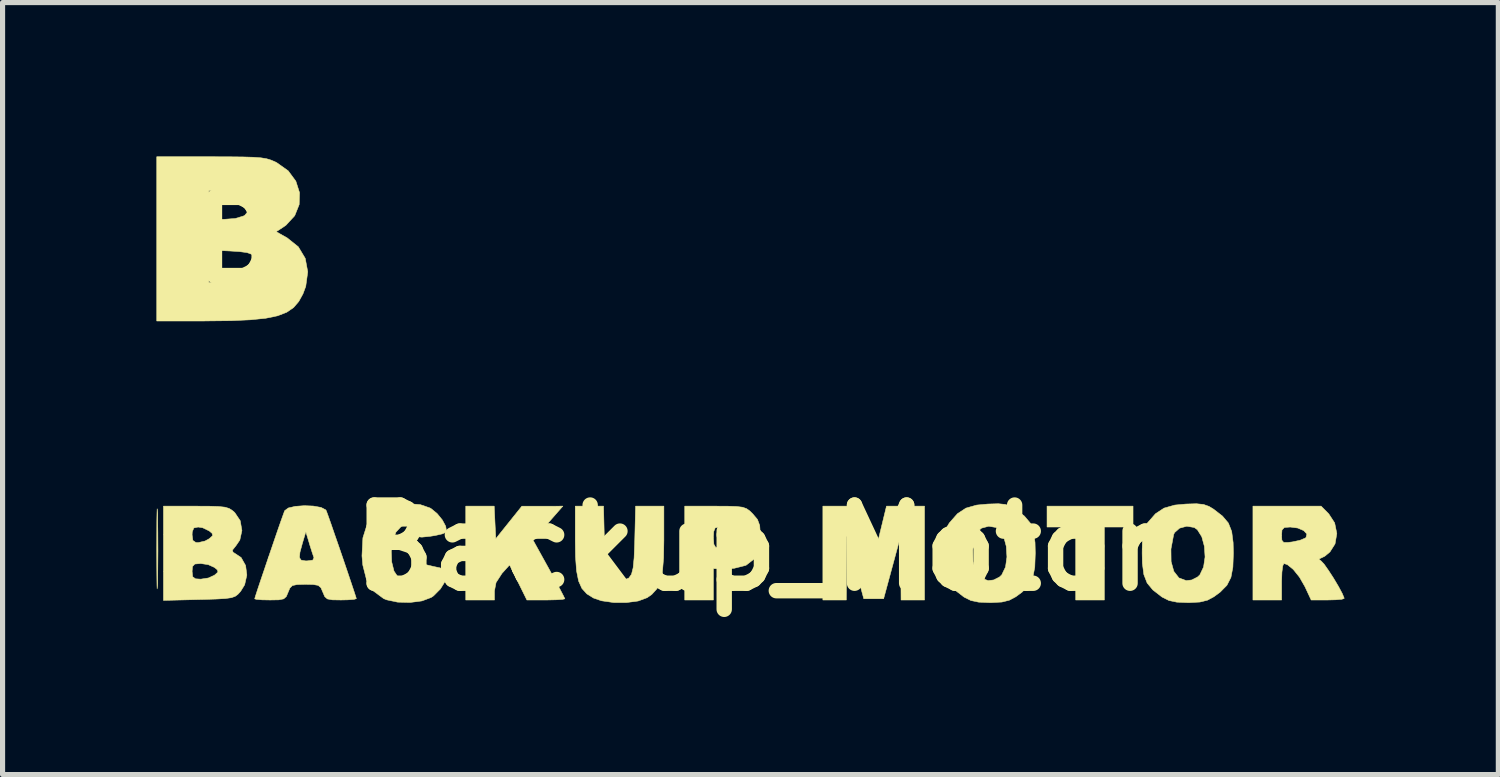
<source format=kicad_pcb>
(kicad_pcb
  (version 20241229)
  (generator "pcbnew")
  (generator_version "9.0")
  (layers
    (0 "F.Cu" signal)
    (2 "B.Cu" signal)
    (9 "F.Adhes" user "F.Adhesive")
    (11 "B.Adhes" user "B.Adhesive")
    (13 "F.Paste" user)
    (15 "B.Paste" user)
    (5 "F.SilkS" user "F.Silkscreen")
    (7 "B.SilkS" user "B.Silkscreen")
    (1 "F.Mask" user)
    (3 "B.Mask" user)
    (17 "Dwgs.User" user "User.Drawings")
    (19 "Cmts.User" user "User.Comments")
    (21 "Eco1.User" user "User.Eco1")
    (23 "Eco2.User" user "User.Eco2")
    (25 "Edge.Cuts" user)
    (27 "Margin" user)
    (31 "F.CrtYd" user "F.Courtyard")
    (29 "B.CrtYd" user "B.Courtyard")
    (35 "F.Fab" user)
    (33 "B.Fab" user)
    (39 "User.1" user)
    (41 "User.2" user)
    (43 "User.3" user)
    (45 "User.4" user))
  (footprint "Backup_Motor"
    (layer "F.Cu")
    (at 11.718 7.628)
    (property "Reference" "Backup_Motor" (at 0 0 0) (layer "F.SilkS") (effects (font (size 1.524 1.524) (thickness 0.3))))
    (attr through_hole)
    (fp_poly (pts (xy 7.315 -0.406) (xy 6.756 -0.406) (xy 6.756 1.016) (xy 6.198 1.016) (xy 6.198 -0.406) (xy 5.639 -0.406) (xy 5.639 -0.813) (xy 7.315 -0.813) (xy 7.315 -0.406)) (stroke (width 0.01) (type solid)) (fill yes) (layer "F.SilkS"))
    (fp_poly (pts (xy 2.136 -0.295) (xy 2.258 0.223) (xy 2.384 -0.295) (xy 2.51 -0.813) (xy 3.251 -0.813) (xy 3.251 1.016) (xy 2.794 1.016) (xy 2.79 0.394) (xy 2.785 -0.229) (xy 2.454 0.991) (xy 2.067 0.991) (xy 1.736 -0.229) (xy 1.727 1.016) (xy 1.27 1.016) (xy 1.27 -0.813) (xy 2.014 -0.813) (xy 2.136 -0.295)) (stroke (width 0.01) (type solid)) (fill yes) (layer "F.SilkS"))
    (fp_poly (pts (xy -11.701 -0.75) (xy -11.697 -0.644) (xy -11.697 -0.625) (xy -11.692 -0.307) (xy -11.69 0.061) (xy -11.693 0.423) (xy -11.697 0.645) (xy -11.701 0.77) (xy -11.705 0.799) (xy -11.708 0.738) (xy -11.71 0.593) (xy -11.712 0.368) (xy -11.713 0.07) (xy -11.713 0.025) (xy -11.712 -0.284) (xy -11.711 -0.522) (xy -11.708 -0.683) (xy -11.705 -0.761) (xy -11.701 -0.75)) (stroke (width 0.01) (type solid)) (fill yes) (layer "F.SilkS"))
    (fp_poly (pts (xy -5.121 -0.495) (xy -5.105 -0.178) (xy -4.851 -0.495) (xy -4.597 -0.812) (xy -4.197 -0.812) (xy -3.798 -0.813) (xy -4.088 -0.482) (xy -4.379 -0.151) (xy -4.069 0.409) (xy -3.952 0.623) (xy -3.855 0.803) (xy -3.788 0.932) (xy -3.759 0.991) (xy -3.759 0.993) (xy -3.806 1.004) (xy -3.929 1.012) (xy -4.103 1.016) (xy -4.129 1.016) (xy -4.499 1.016) (xy -4.836 0.333) (xy -4.984 0.497) (xy -5.1 0.676) (xy -5.131 0.839) (xy -5.131 1.016) (xy -5.69 1.016) (xy -5.69 -0.813) (xy -5.136 -0.813) (xy -5.121 -0.495)) (stroke (width 0.01) (type solid)) (fill yes) (layer "F.SilkS"))
    (fp_poly (pts (xy -0.582 -0.812) (xy -0.409 -0.806) (xy -0.295 -0.792) (xy -0.217 -0.764) (xy -0.154 -0.719) (xy -0.098 -0.664) (xy -0.005 -0.554) (xy 0.039 -0.437) (xy 0.051 -0.268) (xy 0.051 -0.255) (xy 0.022 0.019) (xy -0.069 0.216) (xy -0.229 0.34) (xy -0.463 0.399) (xy -0.612 0.406) (xy -0.864 0.406) (xy -0.864 1.016) (xy -1.422 1.016) (xy -1.422 -0.203) (xy -0.864 -0.203) (xy -0.855 -0.07) (xy -0.82 -0.011) (xy -0.766 0) (xy -0.651 -0.035) (xy -0.588 -0.08) (xy -0.524 -0.161) (xy -0.508 -0.203) (xy -0.55 -0.288) (xy -0.646 -0.366) (xy -0.754 -0.406) (xy -0.766 -0.406) (xy -0.83 -0.388) (xy -0.858 -0.316) (xy -0.864 -0.203) (xy -1.422 -0.203) (xy -1.422 -0.813) (xy -0.834 -0.813) (xy -0.582 -0.812)) (stroke (width 0.01) (type solid)) (fill yes) (layer "F.SilkS"))
    (fp_poly (pts (xy -2.989 -0.155) (xy -2.978 0.143) (xy -2.962 0.355) (xy -2.933 0.494) (xy -2.886 0.576) (xy -2.816 0.615) (xy -2.717 0.626) (xy -2.692 0.627) (xy -2.587 0.619) (xy -2.511 0.587) (xy -2.46 0.515) (xy -2.428 0.389) (xy -2.409 0.194) (xy -2.398 -0.085) (xy -2.396 -0.155) (xy -2.38 -0.813) (xy -1.829 -0.813) (xy -1.829 -0.147) (xy -1.835 0.2) (xy -1.857 0.463) (xy -1.9 0.658) (xy -1.967 0.8) (xy -2.065 0.908) (xy -2.155 0.971) (xy -2.328 1.035) (xy -2.559 1.066) (xy -2.811 1.065) (xy -3.046 1.031) (xy -3.2 0.978) (xy -3.331 0.896) (xy -3.426 0.791) (xy -3.491 0.647) (xy -3.531 0.447) (xy -3.551 0.175) (xy -3.556 -0.14) (xy -3.556 -0.813) (xy -3.281 -0.813) (xy -3.005 -0.813) (xy -2.989 -0.155)) (stroke (width 0.01) (type solid)) (fill yes) (layer "F.SilkS"))
    (fp_poly (pts (xy 11.129 -0.664) (xy 11.245 -0.486) (xy 11.287 -0.279) (xy 11.252 -0.077) (xy 11.153 0.079) (xy 11.051 0.164) (xy 10.968 0.204) (xy 10.962 0.205) (xy 10.938 0.223) (xy 10.981 0.256) (xy 11.038 0.316) (xy 11.124 0.438) (xy 11.224 0.592) (xy 11.319 0.752) (xy 11.393 0.89) (xy 11.429 0.977) (xy 11.43 0.986) (xy 11.384 1.002) (xy 11.263 1.012) (xy 11.108 1.016) (xy 10.787 1.016) (xy 10.666 0.757) (xy 10.56 0.572) (xy 10.439 0.421) (xy 10.322 0.326) (xy 10.255 0.305) (xy 10.233 0.351) (xy 10.217 0.474) (xy 10.211 0.646) (xy 10.211 0.66) (xy 10.211 1.016) (xy 9.652 1.016) (xy 9.652 -0.247) (xy 10.211 -0.247) (xy 10.216 -0.148) (xy 10.251 -0.107) (xy 10.345 -0.107) (xy 10.42 -0.116) (xy 10.566 -0.147) (xy 10.671 -0.19) (xy 10.687 -0.203) (xy 10.703 -0.271) (xy 10.641 -0.337) (xy 10.524 -0.387) (xy 10.379 -0.406) (xy 10.264 -0.397) (xy 10.218 -0.348) (xy 10.211 -0.247) (xy 9.652 -0.247) (xy 9.652 -0.813) (xy 10.981 -0.813) (xy 11.129 -0.664)) (stroke (width 0.01) (type solid)) (fill yes) (layer "F.SilkS"))
    (fp_poly (pts (xy -6.578 -0.843) (xy -6.389 -0.778) (xy -6.365 -0.764) (xy -6.248 -0.668) (xy -6.147 -0.544) (xy -6.081 -0.421) (xy -6.066 -0.326) (xy -6.079 -0.302) (xy -6.15 -0.272) (xy -6.287 -0.241) (xy -6.388 -0.225) (xy -6.545 -0.209) (xy -6.626 -0.217) (xy -6.654 -0.253) (xy -6.655 -0.271) (xy -6.698 -0.367) (xy -6.8 -0.423) (xy -6.923 -0.422) (xy -6.958 -0.407) (xy -7.052 -0.305) (xy -7.114 -0.137) (xy -7.142 0.066) (xy -7.134 0.273) (xy -7.089 0.453) (xy -7.007 0.575) (xy -6.997 0.583) (xy -6.868 0.623) (xy -6.748 0.571) (xy -6.656 0.435) (xy -6.652 0.423) (xy -6.598 0.332) (xy -6.512 0.318) (xy -6.47 0.327) (xy -6.315 0.364) (xy -6.192 0.39) (xy -6.087 0.432) (xy -6.045 0.491) (xy -6.084 0.639) (xy -6.184 0.8) (xy -6.319 0.936) (xy -6.365 0.967) (xy -6.543 1.034) (xy -6.775 1.064) (xy -7.018 1.058) (xy -7.231 1.013) (xy -7.29 0.989) (xy -7.489 0.842) (xy -7.623 0.626) (xy -7.697 0.335) (xy -7.713 0.156) (xy -7.695 -0.195) (xy -7.608 -0.472) (xy -7.452 -0.675) (xy -7.226 -0.804) (xy -6.929 -0.861) (xy -6.833 -0.863) (xy -6.578 -0.843)) (stroke (width 0.01) (type solid)) (fill yes) (layer "F.SilkS"))
    (fp_poly (pts (xy 4.828 -0.846) (xy 4.935 -0.808) (xy 5.025 -0.754) (xy 5.198 -0.619) (xy 5.312 -0.484) (xy 5.377 -0.32) (xy 5.405 -0.102) (xy 5.41 0.102) (xy 5.4 0.376) (xy 5.362 0.576) (xy 5.284 0.729) (xy 5.155 0.86) (xy 5.03 0.953) (xy 4.904 1.02) (xy 4.758 1.056) (xy 4.553 1.067) (xy 4.521 1.067) (xy 4.306 1.058) (xy 4.155 1.026) (xy 4.028 0.963) (xy 4.013 0.953) (xy 3.841 0.82) (xy 3.729 0.685) (xy 3.665 0.52) (xy 3.637 0.3) (xy 3.632 0.102) (xy 3.634 0.023) (xy 4.193 0.023) (xy 4.196 0.266) (xy 4.249 0.458) (xy 4.349 0.586) (xy 4.49 0.638) (xy 4.597 0.626) (xy 4.711 0.569) (xy 4.756 0.527) (xy 4.83 0.373) (xy 4.858 0.178) (xy 4.845 -0.029) (xy 4.794 -0.217) (xy 4.708 -0.354) (xy 4.648 -0.397) (xy 4.503 -0.422) (xy 4.361 -0.384) (xy 4.263 -0.297) (xy 4.247 -0.259) (xy 4.193 0.023) (xy 3.634 0.023) (xy 3.636 -0.13) (xy 3.651 -0.287) (xy 3.682 -0.396) (xy 3.734 -0.484) (xy 3.737 -0.488) (xy 3.892 -0.665) (xy 4.059 -0.775) (xy 4.268 -0.834) (xy 4.486 -0.854) (xy 4.69 -0.86) (xy 4.828 -0.846)) (stroke (width 0.01) (type solid)) (fill yes) (layer "F.SilkS"))
    (fp_poly (pts (xy 8.689 -0.846) (xy 8.796 -0.808) (xy 8.885 -0.754) (xy 9.059 -0.619) (xy 9.173 -0.484) (xy 9.238 -0.32) (xy 9.266 -0.102) (xy 9.271 0.102) (xy 9.261 0.376) (xy 9.223 0.576) (xy 9.145 0.729) (xy 9.016 0.86) (xy 8.891 0.953) (xy 8.765 1.02) (xy 8.618 1.056) (xy 8.413 1.067) (xy 8.382 1.067) (xy 8.167 1.058) (xy 8.015 1.026) (xy 7.889 0.963) (xy 7.873 0.953) (xy 7.702 0.82) (xy 7.59 0.685) (xy 7.526 0.52) (xy 7.497 0.3) (xy 7.493 0.102) (xy 7.494 0.023) (xy 8.054 0.023) (xy 8.057 0.266) (xy 8.11 0.458) (xy 8.21 0.586) (xy 8.351 0.638) (xy 8.458 0.626) (xy 8.571 0.569) (xy 8.617 0.527) (xy 8.69 0.373) (xy 8.719 0.178) (xy 8.706 -0.029) (xy 8.655 -0.217) (xy 8.569 -0.354) (xy 8.509 -0.397) (xy 8.364 -0.422) (xy 8.222 -0.384) (xy 8.124 -0.297) (xy 8.107 -0.259) (xy 8.054 0.023) (xy 7.494 0.023) (xy 7.497 -0.13) (xy 7.512 -0.287) (xy 7.543 -0.396) (xy 7.595 -0.484) (xy 7.598 -0.488) (xy 7.753 -0.665) (xy 7.92 -0.775) (xy 8.129 -0.834) (xy 8.346 -0.854) (xy 8.551 -0.86) (xy 8.689 -0.846)) (stroke (width 0.01) (type solid)) (fill yes) (layer "F.SilkS"))
    (fp_poly (pts (xy -10.691 -0.812) (xy -10.507 -0.806) (xy -10.385 -0.793) (xy -10.302 -0.768) (xy -10.239 -0.728) (xy -10.193 -0.688) (xy -10.086 -0.529) (xy -10.053 -0.338) (xy -10.094 -0.152) (xy -10.17 -0.041) (xy -10.238 0.044) (xy -10.225 0.088) (xy -10.214 0.092) (xy -10.069 0.188) (xy -9.981 0.344) (xy -9.957 0.53) (xy -10 0.72) (xy -10.079 0.848) (xy -10.131 0.905) (xy -10.185 0.945) (xy -10.259 0.971) (xy -10.372 0.987) (xy -10.543 0.997) (xy -10.791 1.005) (xy -10.892 1.007) (xy -11.582 1.024) (xy -11.582 0.457) (xy -11.024 0.457) (xy -11.013 0.562) (xy -10.959 0.603) (xy -10.856 0.61) (xy -10.706 0.587) (xy -10.589 0.533) (xy -10.52 0.472) (xy -10.533 0.427) (xy -10.589 0.381) (xy -10.709 0.327) (xy -10.856 0.305) (xy -10.971 0.315) (xy -11.016 0.363) (xy -11.024 0.457) (xy -11.582 0.457) (xy -11.582 -0.254) (xy -11.024 -0.254) (xy -11.009 -0.144) (xy -10.951 -0.105) (xy -10.906 -0.102) (xy -10.772 -0.133) (xy -10.69 -0.178) (xy -10.622 -0.239) (xy -10.635 -0.284) (xy -10.69 -0.33) (xy -10.818 -0.392) (xy -10.906 -0.406) (xy -10.991 -0.388) (xy -11.021 -0.312) (xy -11.024 -0.254) (xy -11.582 -0.254) (xy -11.582 -0.813) (xy -10.955 -0.813) (xy -10.691 -0.812)) (stroke (width 0.01) (type solid)) (fill yes) (layer "F.SilkS"))
    (fp_poly (pts (xy -8.662 -0.815) (xy -8.511 -0.788) (xy -8.42 -0.741) (xy -8.409 -0.724) (xy -8.373 -0.626) (xy -8.315 -0.462) (xy -8.242 -0.25) (xy -8.158 -0.009) (xy -8.072 0.242) (xy -7.99 0.484) (xy -7.918 0.698) (xy -7.862 0.866) (xy -7.829 0.968) (xy -7.823 0.99) (xy -7.869 1.004) (xy -7.989 1.013) (xy -8.123 1.016) (xy -8.292 1.013) (xy -8.388 0.995) (xy -8.439 0.95) (xy -8.475 0.865) (xy -8.476 0.864) (xy -8.513 0.777) (xy -8.567 0.731) (xy -8.666 0.714) (xy -8.814 0.711) (xy -8.978 0.715) (xy -9.07 0.735) (xy -9.119 0.785) (xy -9.152 0.864) (xy -9.188 0.949) (xy -9.239 0.994) (xy -9.334 1.013) (xy -9.501 1.016) (xy -9.505 1.016) (xy -9.664 1.013) (xy -9.773 1.003) (xy -9.804 0.993) (xy -9.789 0.941) (xy -9.747 0.811) (xy -9.684 0.623) (xy -9.607 0.396) (xy -9.538 0.191) (xy -8.932 0.191) (xy -8.897 0.24) (xy -8.813 0.254) (xy -8.783 0.254) (xy -8.673 0.24) (xy -8.649 0.195) (xy -8.652 0.183) (xy -8.683 0.092) (xy -8.728 -0.05) (xy -8.743 -0.101) (xy -8.807 -0.314) (xy -8.873 -0.094) (xy -8.922 0.086) (xy -8.932 0.191) (xy -9.538 0.191) (xy -9.523 0.148) (xy -9.438 -0.101) (xy -9.359 -0.332) (xy -9.291 -0.527) (xy -9.241 -0.666) (xy -9.22 -0.724) (xy -9.15 -0.777) (xy -9.013 -0.809) (xy -8.839 -0.822) (xy -8.662 -0.815)) (stroke (width 0.01) (type solid)) (fill yes) (layer "F.SilkS")))
  (footprint "B"
    (layer "F.Cu")
    (at 1.529 1.631)
    (property "Reference" "B" (at 0 0 0) (layer "F.SilkS") (effects (font (size 1.524 1.524) (thickness 0.3))))
    (attr through_hole)
    (fp_poly (pts (xy -0.111 -1.625) (xy 0.16 -1.622) (xy 0.361 -1.616) (xy 0.508 -1.605) (xy 0.617 -1.587) (xy 0.703 -1.561) (xy 0.783 -1.527) (xy 0.814 -1.511) (xy 1.038 -1.352) (xy 1.187 -1.15) (xy 1.259 -0.925) (xy 1.252 -0.694) (xy 1.165 -0.477) (xy 0.995 -0.292) (xy 0.948 -0.259) (xy 0.804 -0.165) (xy 1.019 -0.044) (xy 1.235 0.129) (xy 1.37 0.354) (xy 1.419 0.617) (xy 1.38 0.901) (xy 1.326 1.046) (xy 1.244 1.195) (xy 1.143 1.313) (xy 1.009 1.405) (xy 0.831 1.474) (xy 0.599 1.522) (xy 0.301 1.552) (xy -0.074 1.569) (xy -0.538 1.574) (xy -0.597 1.575) (xy -1.524 1.575) (xy -1.524 0.824) (xy -0.508 0.824) (xy -0.097 0.805) (xy 0.12 0.791) (xy 0.259 0.768) (xy 0.343 0.731) (xy 0.386 0.688) (xy 0.452 0.533) (xy 0.419 0.38) (xy 0.386 0.328) (xy 0.329 0.276) (xy 0.235 0.242) (xy 0.082 0.222) (xy -0.097 0.211) (xy -0.508 0.192) (xy -0.508 0.824) (xy -1.524 0.824) (xy -1.524 -0.965) (xy -0.508 -0.965) (xy -0.508 -0.406) (xy -0.215 -0.406) (xy 0.009 -0.423) (xy 0.167 -0.471) (xy 0.192 -0.485) (xy 0.279 -0.59) (xy 0.305 -0.686) (xy 0.259 -0.823) (xy 0.125 -0.915) (xy -0.094 -0.961) (xy -0.215 -0.965) (xy -0.508 -0.965) (xy -1.524 -0.965) (xy -1.524 -1.626) (xy -0.468 -1.626) (xy -0.111 -1.625)) (stroke (width 0.01) (type solid)) (fill yes) (layer "F.SilkS")))
  (gr_rect
    (start -3 -3)
    (end 26.153 12.046)
    (stroke (width 0.1) (type default))
    (fill no)
    (layer "Edge.Cuts")))
</source>
